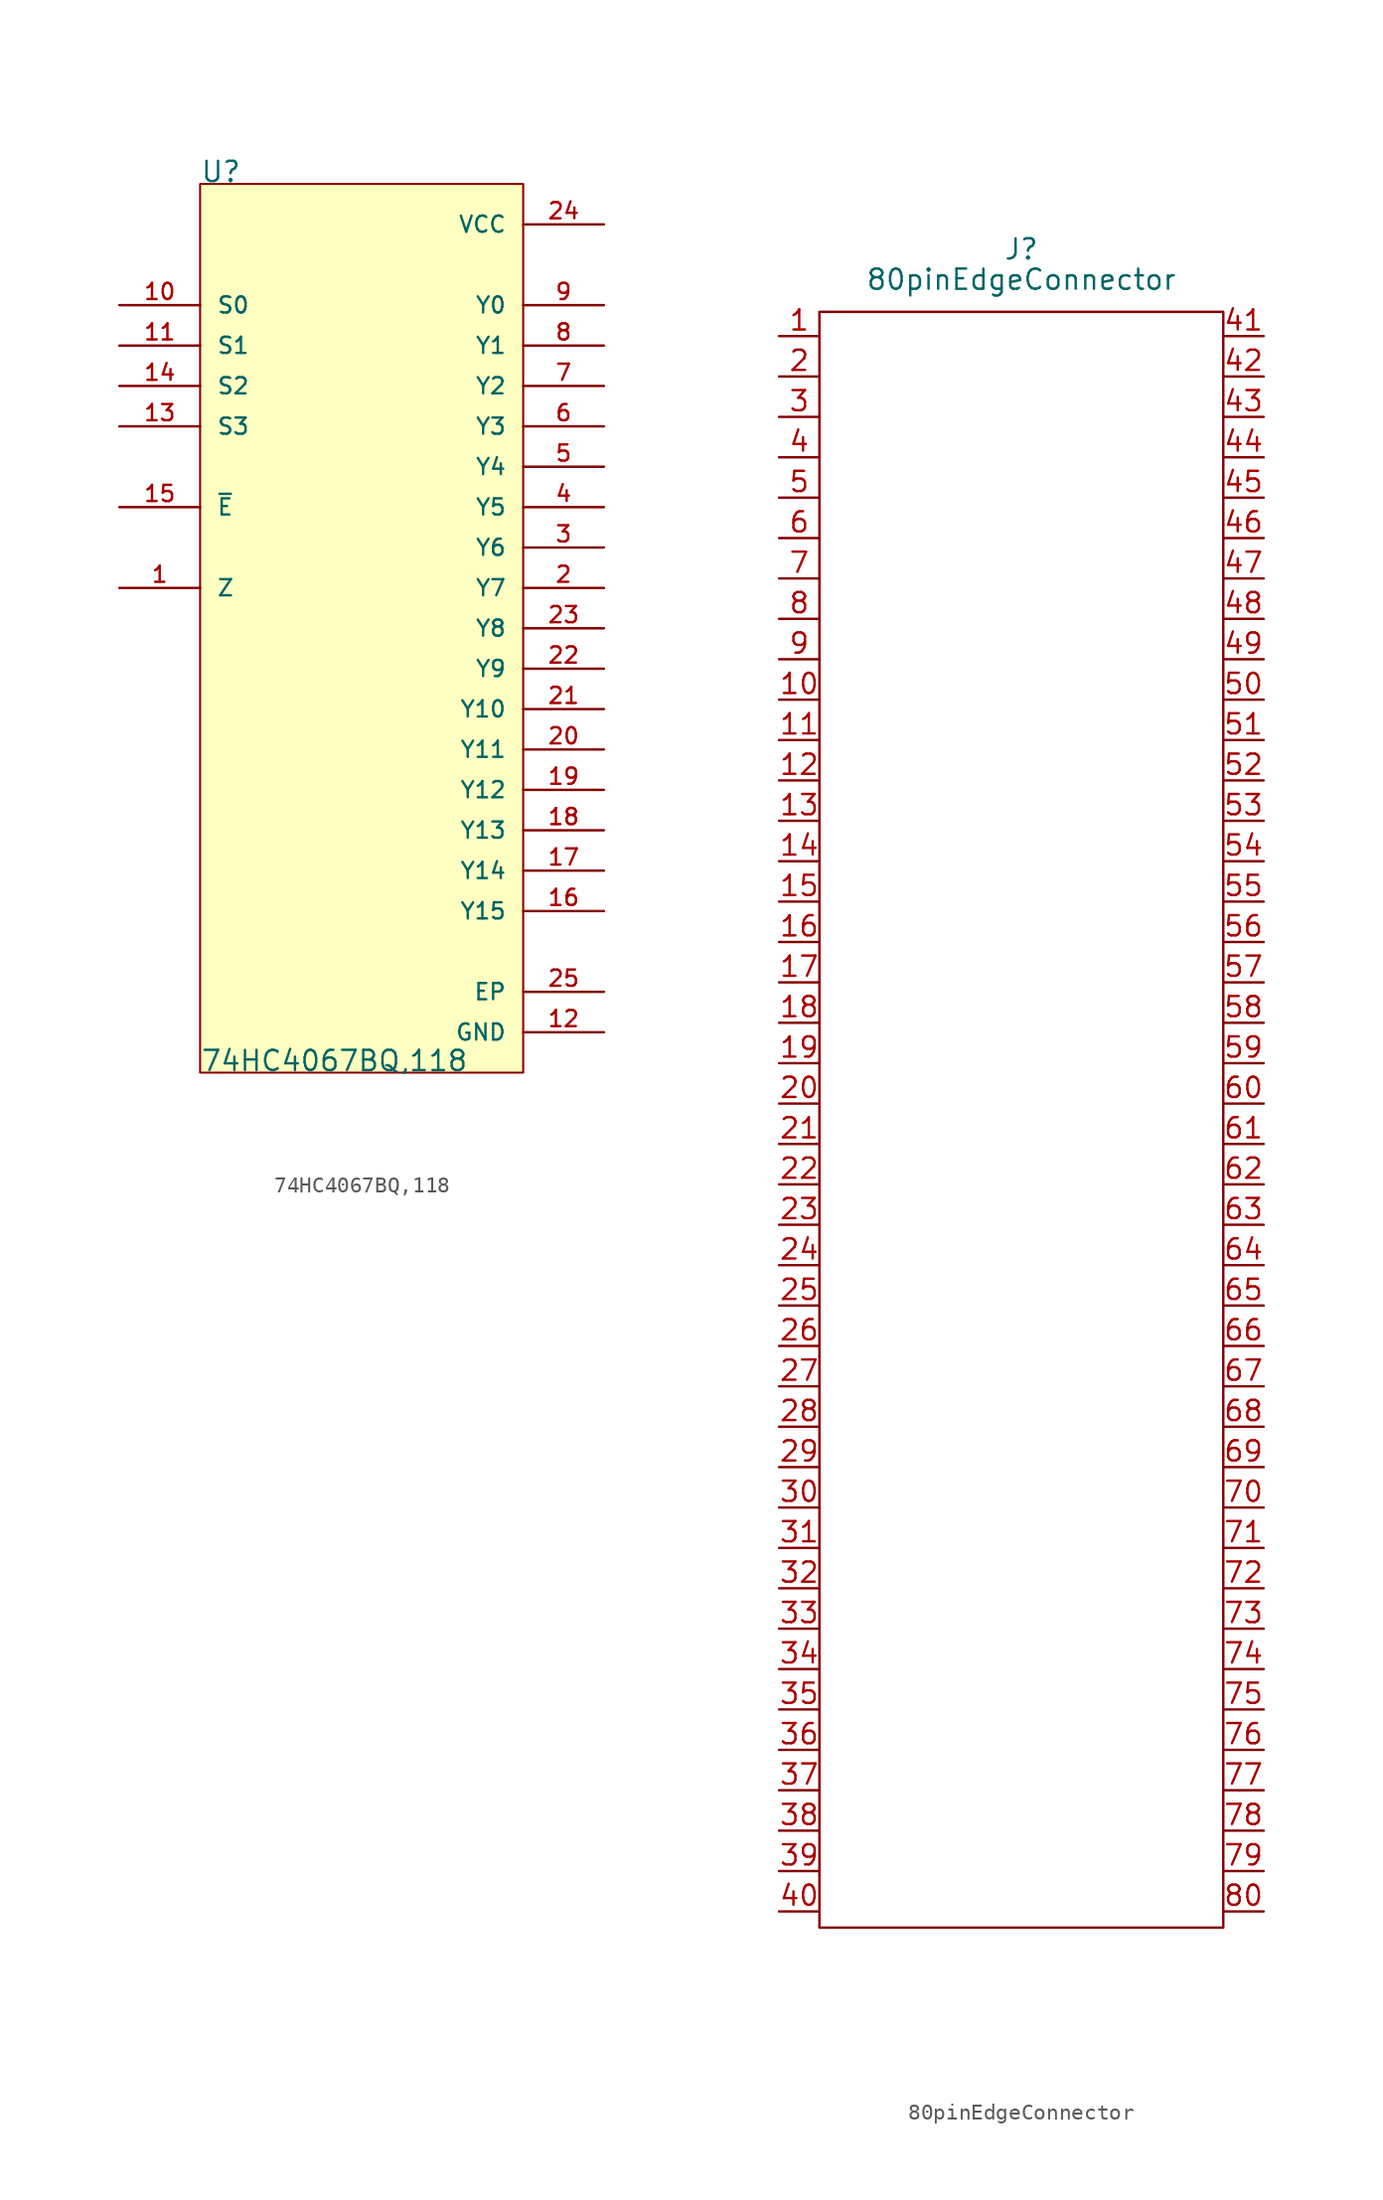
<source format=kicad_sym>
(kicad_symbol_lib
  (version 20220914)
  (generator kicad_symbol_editor)
  (symbol "74HC4067BQ,118"
    (pin_names
      (offset 1.016))
    (property "Reference" "U"
      (at -10.16 27.965 0)
      (effects (font (size 1.27 1.27)) (justify left bottom)))
    (property "Value" "74HC4067BQ,118"
      (at -10.16 -27.94 0)
      (effects (font (size 1.27 1.27)) (justify left bottom)))
    (symbol "74HC4067BQ,118_0_0"
      (rectangle (start -10.16 -27.94) (end 10.16 27.94) (stroke (width 0.127) (type default)) (fill (type background)))
      (pin bidirectional line (at -15.24 2.54 0) (length 5.08) (name "Z" (effects (font (size 1.016 1.016)))) (number "1" (effects (font (size 1.016 1.016)))))
      (pin input line (at -15.24 20.32 0) (length 5.08) (name "S0" (effects (font (size 1.016 1.016)))) (number "10" (effects (font (size 1.016 1.016)))))
      (pin input line (at -15.24 17.78 0) (length 5.08) (name "S1" (effects (font (size 1.016 1.016)))) (number "11" (effects (font (size 1.016 1.016)))))
      (pin power_in line (at 15.24 -25.4 180) (length 5.08) (name "GND" (effects (font (size 1.016 1.016)))) (number "12" (effects (font (size 1.016 1.016)))))
      (pin input line (at -15.24 12.7 0) (length 5.08) (name "S3" (effects (font (size 1.016 1.016)))) (number "13" (effects (font (size 1.016 1.016)))))
      (pin input line (at -15.24 15.24 0) (length 5.08) (name "S2" (effects (font (size 1.016 1.016)))) (number "14" (effects (font (size 1.016 1.016)))))
      (pin input line (at -15.24 7.62 0) (length 5.08) (name "~{E}" (effects (font (size 1.016 1.016)))) (number "15" (effects (font (size 1.016 1.016)))))
      (pin bidirectional line (at 15.24 -17.78 180) (length 5.08) (name "Y15" (effects (font (size 1.016 1.016)))) (number "16" (effects (font (size 1.016 1.016)))))
      (pin bidirectional line (at 15.24 -15.24 180) (length 5.08) (name "Y14" (effects (font (size 1.016 1.016)))) (number "17" (effects (font (size 1.016 1.016)))))
      (pin bidirectional line (at 15.24 -12.7 180) (length 5.08) (name "Y13" (effects (font (size 1.016 1.016)))) (number "18" (effects (font (size 1.016 1.016)))))
      (pin bidirectional line (at 15.24 -10.16 180) (length 5.08) (name "Y12" (effects (font (size 1.016 1.016)))) (number "19" (effects (font (size 1.016 1.016)))))
      (pin bidirectional line (at 15.24 2.54 180) (length 5.08) (name "Y7" (effects (font (size 1.016 1.016)))) (number "2" (effects (font (size 1.016 1.016)))))
      (pin bidirectional line (at 15.24 -7.62 180) (length 5.08) (name "Y11" (effects (font (size 1.016 1.016)))) (number "20" (effects (font (size 1.016 1.016)))))
      (pin bidirectional line (at 15.24 -5.08 180) (length 5.08) (name "Y10" (effects (font (size 1.016 1.016)))) (number "21" (effects (font (size 1.016 1.016)))))
      (pin bidirectional line (at 15.24 -2.54 180) (length 5.08) (name "Y9" (effects (font (size 1.016 1.016)))) (number "22" (effects (font (size 1.016 1.016)))))
      (pin bidirectional line (at 15.24 0 180) (length 5.08) (name "Y8" (effects (font (size 1.016 1.016)))) (number "23" (effects (font (size 1.016 1.016)))))
      (pin power_in line (at 15.24 25.4 180) (length 5.08) (name "VCC" (effects (font (size 1.016 1.016)))) (number "24" (effects (font (size 1.016 1.016)))))
      (pin passive line (at 15.24 -22.86 180) (length 5.08) (name "EP" (effects (font (size 1.016 1.016)))) (number "25" (effects (font (size 1.016 1.016)))))
      (pin bidirectional line (at 15.24 5.08 180) (length 5.08) (name "Y6" (effects (font (size 1.016 1.016)))) (number "3" (effects (font (size 1.016 1.016)))))
      (pin bidirectional line (at 15.24 7.62 180) (length 5.08) (name "Y5" (effects (font (size 1.016 1.016)))) (number "4" (effects (font (size 1.016 1.016)))))
      (pin bidirectional line (at 15.24 10.16 180) (length 5.08) (name "Y4" (effects (font (size 1.016 1.016)))) (number "5" (effects (font (size 1.016 1.016)))))
      (pin bidirectional line (at 15.24 12.7 180) (length 5.08) (name "Y3" (effects (font (size 1.016 1.016)))) (number "6" (effects (font (size 1.016 1.016)))))
      (pin bidirectional line (at 15.24 15.24 180) (length 5.08) (name "Y2" (effects (font (size 1.016 1.016)))) (number "7" (effects (font (size 1.016 1.016)))))
      (pin bidirectional line (at 15.24 17.78 180) (length 5.08) (name "Y1" (effects (font (size 1.016 1.016)))) (number "8" (effects (font (size 1.016 1.016)))))
      (pin bidirectional line (at 15.24 20.32 180) (length 5.08) (name "Y0" (effects (font (size 1.016 1.016)))) (number "9" (effects (font (size 1.016 1.016)))))))
  (symbol "80pinEdgeConnector"
    (pin_names
      (offset 1.016))
    (property "Reference" "J"
      (at 0 54.737 0)
      (effects (font (size 1.27 1.27))))
    (property "Value" "80pinEdgeConnector"
      (at 0 52.832 0)
      (effects (font (size 1.27 1.27))))
    (symbol "80pinEdgeConnector_0_1"
      (rectangle (start -12.7 50.8) (end 12.7 -50.8) (stroke (width 0) (type default)) (fill (type none))))
    (symbol "80pinEdgeConnector_1_1"
      (pin input line (at -15.24 49.276 0) (length 2.54) (name "~" (effects (font (size 1.27 1.27)))) (number "1" (effects (font (size 1.27 1.27)))))
      (pin input line (at -15.24 26.416 0) (length 2.54) (name "~" (effects (font (size 1.27 1.27)))) (number "10" (effects (font (size 1.27 1.27)))))
      (pin input line (at -15.24 23.876 0) (length 2.54) (name "~" (effects (font (size 1.27 1.27)))) (number "11" (effects (font (size 1.27 1.27)))))
      (pin input line (at -15.24 21.336 0) (length 2.54) (name "~" (effects (font (size 1.27 1.27)))) (number "12" (effects (font (size 1.27 1.27)))))
      (pin input line (at -15.24 18.796 0) (length 2.54) (name "~" (effects (font (size 1.27 1.27)))) (number "13" (effects (font (size 1.27 1.27)))))
      (pin input line (at -15.24 16.256 0) (length 2.54) (name "~" (effects (font (size 1.27 1.27)))) (number "14" (effects (font (size 1.27 1.27)))))
      (pin input line (at -15.24 13.716 0) (length 2.54) (name "~" (effects (font (size 1.27 1.27)))) (number "15" (effects (font (size 1.27 1.27)))))
      (pin input line (at -15.24 11.176 0) (length 2.54) (name "~" (effects (font (size 1.27 1.27)))) (number "16" (effects (font (size 1.27 1.27)))))
      (pin input line (at -15.24 8.636 0) (length 2.54) (name "~" (effects (font (size 1.27 1.27)))) (number "17" (effects (font (size 1.27 1.27)))))
      (pin input line (at -15.24 6.096 0) (length 2.54) (name "~" (effects (font (size 1.27 1.27)))) (number "18" (effects (font (size 1.27 1.27)))))
      (pin input line (at -15.24 3.556 0) (length 2.54) (name "~" (effects (font (size 1.27 1.27)))) (number "19" (effects (font (size 1.27 1.27)))))
      (pin input line (at -15.24 46.736 0) (length 2.54) (name "~" (effects (font (size 1.27 1.27)))) (number "2" (effects (font (size 1.27 1.27)))))
      (pin input line (at -15.24 1.016 0) (length 2.54) (name "~" (effects (font (size 1.27 1.27)))) (number "20" (effects (font (size 1.27 1.27)))))
      (pin input line (at -15.24 -1.524 0) (length 2.54) (name "~" (effects (font (size 1.27 1.27)))) (number "21" (effects (font (size 1.27 1.27)))))
      (pin input line (at -15.24 -4.064 0) (length 2.54) (name "~" (effects (font (size 1.27 1.27)))) (number "22" (effects (font (size 1.27 1.27)))))
      (pin input line (at -15.24 -6.604 0) (length 2.54) (name "~" (effects (font (size 1.27 1.27)))) (number "23" (effects (font (size 1.27 1.27)))))
      (pin input line (at -15.24 -9.144 0) (length 2.54) (name "~" (effects (font (size 1.27 1.27)))) (number "24" (effects (font (size 1.27 1.27)))))
      (pin input line (at -15.24 -11.684 0) (length 2.54) (name "~" (effects (font (size 1.27 1.27)))) (number "25" (effects (font (size 1.27 1.27)))))
      (pin input line (at -15.24 -14.224 0) (length 2.54) (name "~" (effects (font (size 1.27 1.27)))) (number "26" (effects (font (size 1.27 1.27)))))
      (pin input line (at -15.24 -16.764 0) (length 2.54) (name "~" (effects (font (size 1.27 1.27)))) (number "27" (effects (font (size 1.27 1.27)))))
      (pin input line (at -15.24 -19.304 0) (length 2.54) (name "~" (effects (font (size 1.27 1.27)))) (number "28" (effects (font (size 1.27 1.27)))))
      (pin input line (at -15.24 -21.844 0) (length 2.54) (name "~" (effects (font (size 1.27 1.27)))) (number "29" (effects (font (size 1.27 1.27)))))
      (pin input line (at -15.24 44.196 0) (length 2.54) (name "~" (effects (font (size 1.27 1.27)))) (number "3" (effects (font (size 1.27 1.27)))))
      (pin input line (at -15.24 -24.384 0) (length 2.54) (name "~" (effects (font (size 1.27 1.27)))) (number "30" (effects (font (size 1.27 1.27)))))
      (pin input line (at -15.24 -26.924 0) (length 2.54) (name "~" (effects (font (size 1.27 1.27)))) (number "31" (effects (font (size 1.27 1.27)))))
      (pin input line (at -15.24 -29.464 0) (length 2.54) (name "~" (effects (font (size 1.27 1.27)))) (number "32" (effects (font (size 1.27 1.27)))))
      (pin input line (at -15.24 -32.004 0) (length 2.54) (name "~" (effects (font (size 1.27 1.27)))) (number "33" (effects (font (size 1.27 1.27)))))
      (pin input line (at -15.24 -34.544 0) (length 2.54) (name "~" (effects (font (size 1.27 1.27)))) (number "34" (effects (font (size 1.27 1.27)))))
      (pin input line (at -15.24 -37.084 0) (length 2.54) (name "~" (effects (font (size 1.27 1.27)))) (number "35" (effects (font (size 1.27 1.27)))))
      (pin input line (at -15.24 -39.624 0) (length 2.54) (name "~" (effects (font (size 1.27 1.27)))) (number "36" (effects (font (size 1.27 1.27)))))
      (pin input line (at -15.24 -42.164 0) (length 2.54) (name "~" (effects (font (size 1.27 1.27)))) (number "37" (effects (font (size 1.27 1.27)))))
      (pin input line (at -15.24 -44.704 0) (length 2.54) (name "~" (effects (font (size 1.27 1.27)))) (number "38" (effects (font (size 1.27 1.27)))))
      (pin input line (at -15.24 -47.244 0) (length 2.54) (name "~" (effects (font (size 1.27 1.27)))) (number "39" (effects (font (size 1.27 1.27)))))
      (pin input line (at -15.24 41.656 0) (length 2.54) (name "~" (effects (font (size 1.27 1.27)))) (number "4" (effects (font (size 1.27 1.27)))))
      (pin input line (at -15.24 -49.784 0) (length 2.54) (name "~" (effects (font (size 1.27 1.27)))) (number "40" (effects (font (size 1.27 1.27)))))
      (pin input line (at 15.24 49.276 180) (length 2.54) (name "~" (effects (font (size 1.27 1.27)))) (number "41" (effects (font (size 1.27 1.27)))))
      (pin input line (at 15.24 46.736 180) (length 2.54) (name "~" (effects (font (size 1.27 1.27)))) (number "42" (effects (font (size 1.27 1.27)))))
      (pin input line (at 15.24 44.196 180) (length 2.54) (name "~" (effects (font (size 1.27 1.27)))) (number "43" (effects (font (size 1.27 1.27)))))
      (pin input line (at 15.24 41.656 180) (length 2.54) (name "~" (effects (font (size 1.27 1.27)))) (number "44" (effects (font (size 1.27 1.27)))))
      (pin input line (at 15.24 39.116 180) (length 2.54) (name "~" (effects (font (size 1.27 1.27)))) (number "45" (effects (font (size 1.27 1.27)))))
      (pin input line (at 15.24 36.576 180) (length 2.54) (name "~" (effects (font (size 1.27 1.27)))) (number "46" (effects (font (size 1.27 1.27)))))
      (pin input line (at 15.24 34.036 180) (length 2.54) (name "~" (effects (font (size 1.27 1.27)))) (number "47" (effects (font (size 1.27 1.27)))))
      (pin input line (at 15.24 31.496 180) (length 2.54) (name "~" (effects (font (size 1.27 1.27)))) (number "48" (effects (font (size 1.27 1.27)))))
      (pin input line (at 15.24 28.956 180) (length 2.54) (name "~" (effects (font (size 1.27 1.27)))) (number "49" (effects (font (size 1.27 1.27)))))
      (pin input line (at -15.24 39.116 0) (length 2.54) (name "~" (effects (font (size 1.27 1.27)))) (number "5" (effects (font (size 1.27 1.27)))))
      (pin input line (at 15.24 26.416 180) (length 2.54) (name "~" (effects (font (size 1.27 1.27)))) (number "50" (effects (font (size 1.27 1.27)))))
      (pin input line (at 15.24 23.876 180) (length 2.54) (name "~" (effects (font (size 1.27 1.27)))) (number "51" (effects (font (size 1.27 1.27)))))
      (pin input line (at 15.24 21.336 180) (length 2.54) (name "~" (effects (font (size 1.27 1.27)))) (number "52" (effects (font (size 1.27 1.27)))))
      (pin input line (at 15.24 18.796 180) (length 2.54) (name "~" (effects (font (size 1.27 1.27)))) (number "53" (effects (font (size 1.27 1.27)))))
      (pin input line (at 15.24 16.256 180) (length 2.54) (name "~" (effects (font (size 1.27 1.27)))) (number "54" (effects (font (size 1.27 1.27)))))
      (pin input line (at 15.24 13.716 180) (length 2.54) (name "~" (effects (font (size 1.27 1.27)))) (number "55" (effects (font (size 1.27 1.27)))))
      (pin input line (at 15.24 11.176 180) (length 2.54) (name "~" (effects (font (size 1.27 1.27)))) (number "56" (effects (font (size 1.27 1.27)))))
      (pin input line (at 15.24 8.636 180) (length 2.54) (name "~" (effects (font (size 1.27 1.27)))) (number "57" (effects (font (size 1.27 1.27)))))
      (pin input line (at 15.24 6.096 180) (length 2.54) (name "~" (effects (font (size 1.27 1.27)))) (number "58" (effects (font (size 1.27 1.27)))))
      (pin input line (at 15.24 3.556 180) (length 2.54) (name "~" (effects (font (size 1.27 1.27)))) (number "59" (effects (font (size 1.27 1.27)))))
      (pin input line (at -15.24 36.576 0) (length 2.54) (name "~" (effects (font (size 1.27 1.27)))) (number "6" (effects (font (size 1.27 1.27)))))
      (pin input line (at 15.24 1.016 180) (length 2.54) (name "~" (effects (font (size 1.27 1.27)))) (number "60" (effects (font (size 1.27 1.27)))))
      (pin input line (at 15.24 -1.524 180) (length 2.54) (name "~" (effects (font (size 1.27 1.27)))) (number "61" (effects (font (size 1.27 1.27)))))
      (pin input line (at 15.24 -4.064 180) (length 2.54) (name "~" (effects (font (size 1.27 1.27)))) (number "62" (effects (font (size 1.27 1.27)))))
      (pin input line (at 15.24 -6.604 180) (length 2.54) (name "~" (effects (font (size 1.27 1.27)))) (number "63" (effects (font (size 1.27 1.27)))))
      (pin input line (at 15.24 -9.144 180) (length 2.54) (name "~" (effects (font (size 1.27 1.27)))) (number "64" (effects (font (size 1.27 1.27)))))
      (pin input line (at 15.24 -11.684 180) (length 2.54) (name "~" (effects (font (size 1.27 1.27)))) (number "65" (effects (font (size 1.27 1.27)))))
      (pin input line (at 15.24 -14.224 180) (length 2.54) (name "~" (effects (font (size 1.27 1.27)))) (number "66" (effects (font (size 1.27 1.27)))))
      (pin input line (at 15.24 -16.764 180) (length 2.54) (name "~" (effects (font (size 1.27 1.27)))) (number "67" (effects (font (size 1.27 1.27)))))
      (pin input line (at 15.24 -19.304 180) (length 2.54) (name "~" (effects (font (size 1.27 1.27)))) (number "68" (effects (font (size 1.27 1.27)))))
      (pin input line (at 15.24 -21.844 180) (length 2.54) (name "~" (effects (font (size 1.27 1.27)))) (number "69" (effects (font (size 1.27 1.27)))))
      (pin input line (at -15.24 34.036 0) (length 2.54) (name "~" (effects (font (size 1.27 1.27)))) (number "7" (effects (font (size 1.27 1.27)))))
      (pin input line (at 15.24 -24.384 180) (length 2.54) (name "~" (effects (font (size 1.27 1.27)))) (number "70" (effects (font (size 1.27 1.27)))))
      (pin input line (at 15.24 -26.924 180) (length 2.54) (name "~" (effects (font (size 1.27 1.27)))) (number "71" (effects (font (size 1.27 1.27)))))
      (pin input line (at 15.24 -29.464 180) (length 2.54) (name "~" (effects (font (size 1.27 1.27)))) (number "72" (effects (font (size 1.27 1.27)))))
      (pin input line (at 15.24 -32.004 180) (length 2.54) (name "~" (effects (font (size 1.27 1.27)))) (number "73" (effects (font (size 1.27 1.27)))))
      (pin input line (at 15.24 -34.544 180) (length 2.54) (name "~" (effects (font (size 1.27 1.27)))) (number "74" (effects (font (size 1.27 1.27)))))
      (pin input line (at 15.24 -37.084 180) (length 2.54) (name "~" (effects (font (size 1.27 1.27)))) (number "75" (effects (font (size 1.27 1.27)))))
      (pin input line (at 15.24 -39.624 180) (length 2.54) (name "~" (effects (font (size 1.27 1.27)))) (number "76" (effects (font (size 1.27 1.27)))))
      (pin input line (at 15.24 -42.164 180) (length 2.54) (name "~" (effects (font (size 1.27 1.27)))) (number "77" (effects (font (size 1.27 1.27)))))
      (pin input line (at 15.24 -44.704 180) (length 2.54) (name "~" (effects (font (size 1.27 1.27)))) (number "78" (effects (font (size 1.27 1.27)))))
      (pin input line (at 15.24 -47.244 180) (length 2.54) (name "~" (effects (font (size 1.27 1.27)))) (number "79" (effects (font (size 1.27 1.27)))))
      (pin input line (at -15.24 31.496 0) (length 2.54) (name "~" (effects (font (size 1.27 1.27)))) (number "8" (effects (font (size 1.27 1.27)))))
      (pin input line (at 15.24 -49.784 180) (length 2.54) (name "~" (effects (font (size 1.27 1.27)))) (number "80" (effects (font (size 1.27 1.27)))))
      (pin input line (at -15.24 28.956 0) (length 2.54) (name "~" (effects (font (size 1.27 1.27)))) (number "9" (effects (font (size 1.27 1.27))))))))
</source>
